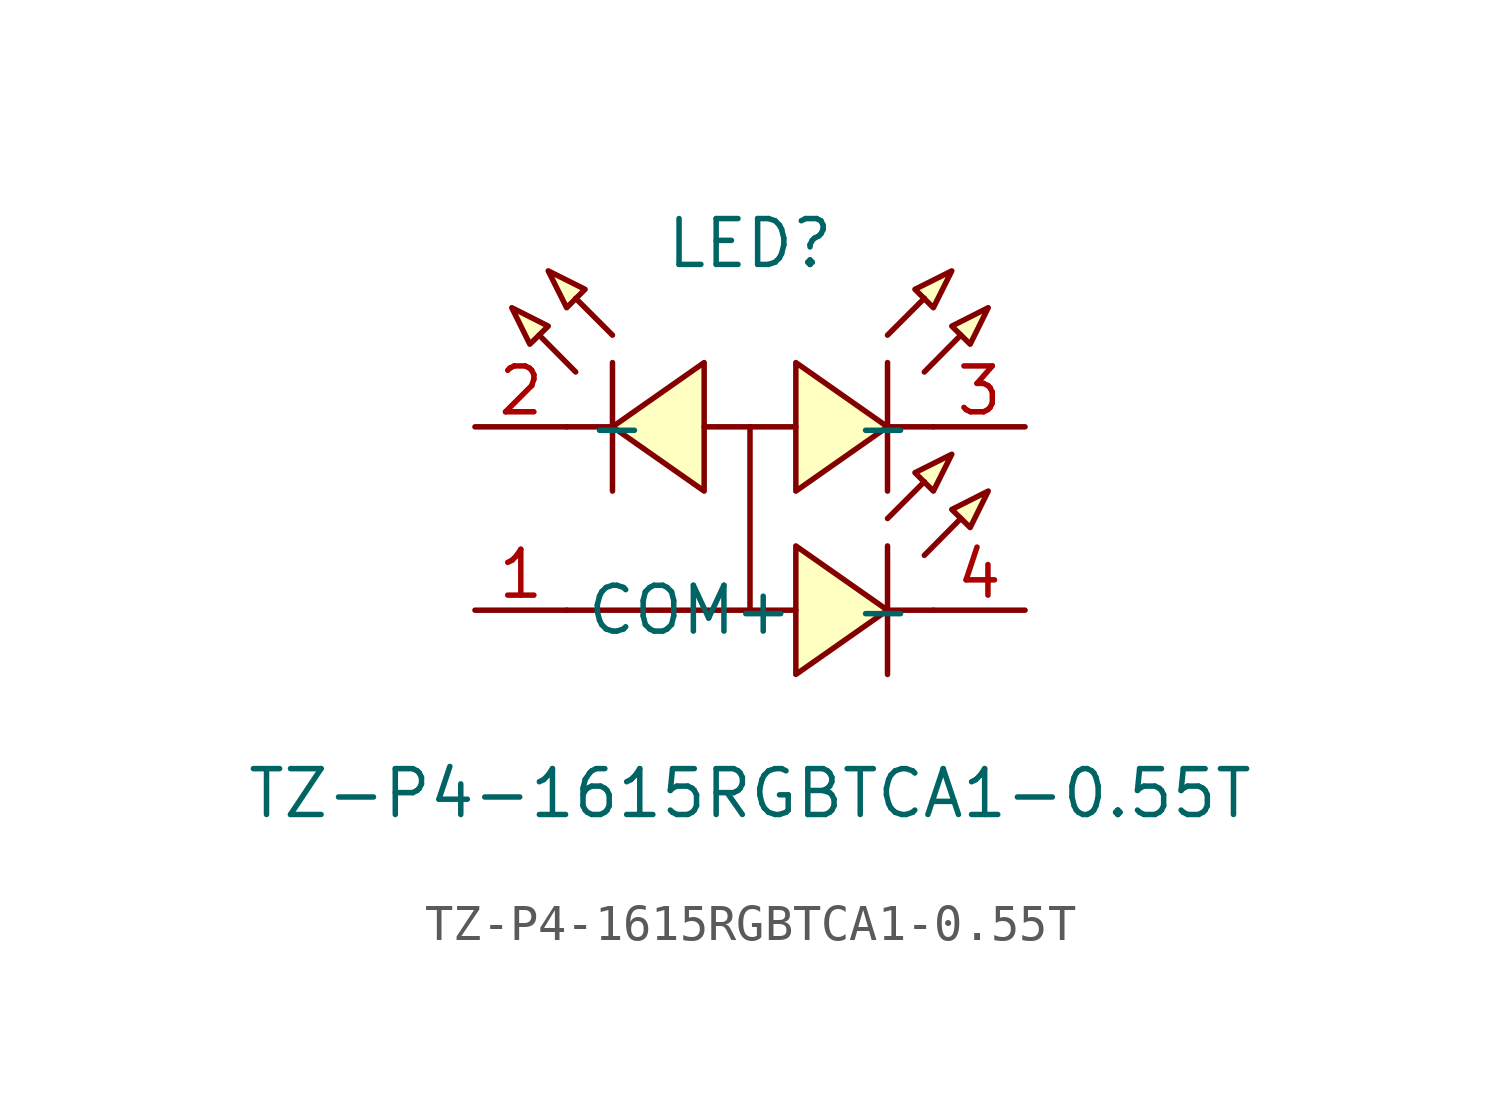
<source format=kicad_sym>
(kicad_symbol_lib
  (version 20211014)
  (generator https://github.com/uPesy/easyeda2kicad.py)
  (symbol "TZ-P4-1615RGBTCA1-0.55T"
    (property "Reference" "LED"
      (at 0 7.62 0)
      (effects (font (size 1.27 1.27))))
    (property "Value" "TZ-P4-1615RGBTCA1-0.55T"
      (at 0 -7.62 0)
      (effects (font (size 1.27 1.27))))
    (symbol "TZ-P4-1615RGBTCA1-0.55T_0_1"
      (polyline (pts (xy 6.60 0.76) (xy 5.59 0.25) (xy 6.10 -0.25) (xy 6.60 0.76)) (stroke (width 0) (type default) (color 0 0 0 0)) (fill (type background)))
      (polyline (pts (xy 5.59 1.78) (xy 4.57 1.27) (xy 5.08 0.76) (xy 5.59 1.78)) (stroke (width 0) (type default) (color 0 0 0 0)) (fill (type background)))
      (polyline (pts (xy 1.27 -0.76) (xy 3.81 -2.54) (xy 1.27 -4.32) (xy 1.27 -0.76)) (stroke (width 0) (type default) (color 0 0 0 0)) (fill (type background)))
      (polyline (pts (xy 6.60 5.84) (xy 5.59 5.33) (xy 6.10 4.83) (xy 6.60 5.84)) (stroke (width 0) (type default) (color 0 0 0 0)) (fill (type background)))
      (polyline (pts (xy 5.59 6.86) (xy 4.57 6.35) (xy 5.08 5.84) (xy 5.59 6.86)) (stroke (width 0) (type default) (color 0 0 0 0)) (fill (type background)))
      (polyline (pts (xy 1.27 4.32) (xy 3.81 2.54) (xy 1.27 0.76) (xy 1.27 4.32)) (stroke (width 0) (type default) (color 0 0 0 0)) (fill (type background)))
      (polyline (pts (xy -1.27 4.32) (xy -3.81 2.54) (xy -1.27 0.76) (xy -1.27 4.32)) (stroke (width 0) (type default) (color 0 0 0 0)) (fill (type background)))
      (polyline (pts (xy -5.59 6.86) (xy -4.57 6.35) (xy -5.08 5.84) (xy -5.59 6.86)) (stroke (width 0) (type default) (color 0 0 0 0)) (fill (type background)))
      (polyline (pts (xy -6.60 5.84) (xy -5.59 5.33) (xy -6.10 4.83) (xy -6.60 5.84)) (stroke (width 0) (type default) (color 0 0 0 0)) (fill (type background)))
      (polyline (pts (xy 0.00 2.54) (xy 0.00 -2.54) (xy -5.08 -2.54)) (stroke (width 0) (type default) (color 0 0 0 0)) (fill (type none)))
      (polyline (pts (xy 4.83 -1.02) (xy 5.84 -0.00) (xy 4.83 -1.02)) (stroke (width 0) (type default) (color 0 0 0 0)) (fill (type background)))
      (polyline (pts (xy 3.81 -0.00) (xy 4.83 1.02) (xy 3.81 -0.00)) (stroke (width 0) (type default) (color 0 0 0 0)) (fill (type background)))
      (polyline (pts (xy 3.81 -2.54) (xy 5.08 -2.54)) (stroke (width 0) (type default) (color 0 0 0 0)) (fill (type none)))
      (polyline (pts (xy 0.00 -2.54) (xy 1.27 -2.54)) (stroke (width 0) (type default) (color 0 0 0 0)) (fill (type none)))
      (polyline (pts (xy 3.81 -0.76) (xy 3.81 -4.32)) (stroke (width 0) (type default) (color 0 0 0 0)) (fill (type none)))
      (polyline (pts (xy 4.83 4.06) (xy 5.84 5.08) (xy 4.83 4.06)) (stroke (width 0) (type default) (color 0 0 0 0)) (fill (type background)))
      (polyline (pts (xy 3.81 5.08) (xy 4.83 6.10) (xy 3.81 5.08)) (stroke (width 0) (type default) (color 0 0 0 0)) (fill (type background)))
      (polyline (pts (xy 3.81 2.54) (xy 5.08 2.54)) (stroke (width 0) (type default) (color 0 0 0 0)) (fill (type none)))
      (polyline (pts (xy 0.00 2.54) (xy 1.27 2.54)) (stroke (width 0) (type default) (color 0 0 0 0)) (fill (type none)))
      (polyline (pts (xy 3.81 4.32) (xy 3.81 0.76)) (stroke (width 0) (type default) (color 0 0 0 0)) (fill (type none)))
      (polyline (pts (xy -3.81 4.32) (xy -3.81 0.76)) (stroke (width 0) (type default) (color 0 0 0 0)) (fill (type none)))
      (polyline (pts (xy 0.00 2.54) (xy -1.27 2.54)) (stroke (width 0) (type default) (color 0 0 0 0)) (fill (type none)))
      (polyline (pts (xy -3.81 2.54) (xy -5.08 2.54)) (stroke (width 0) (type default) (color 0 0 0 0)) (fill (type none)))
      (polyline (pts (xy -3.81 5.08) (xy -4.83 6.10) (xy -3.81 5.08)) (stroke (width 0) (type default) (color 0 0 0 0)) (fill (type background)))
      (polyline (pts (xy -4.83 4.06) (xy -5.84 5.08) (xy -4.83 4.06)) (stroke (width 0) (type default) (color 0 0 0 0)) (fill (type background)))
      (pin unspecified line (at -7.62 -2.54 0) (length 2.54) (name "COM+" (effects (font (size 1.27 1.27)))) (number "1" (effects (font (size 1.27 1.27)))))
      (pin unspecified line (at 7.62 -2.54 180) (length 2.54) (name "-" (effects (font (size 1.27 1.27)))) (number "4" (effects (font (size 1.27 1.27)))))
      (pin unspecified line (at 7.62 2.54 180) (length 2.54) (name "-" (effects (font (size 1.27 1.27)))) (number "3" (effects (font (size 1.27 1.27)))))
      (pin unspecified line (at -7.62 2.54 0) (length 2.54) (name "-" (effects (font (size 1.27 1.27)))) (number "2" (effects (font (size 1.27 1.27))))))))
</source>
